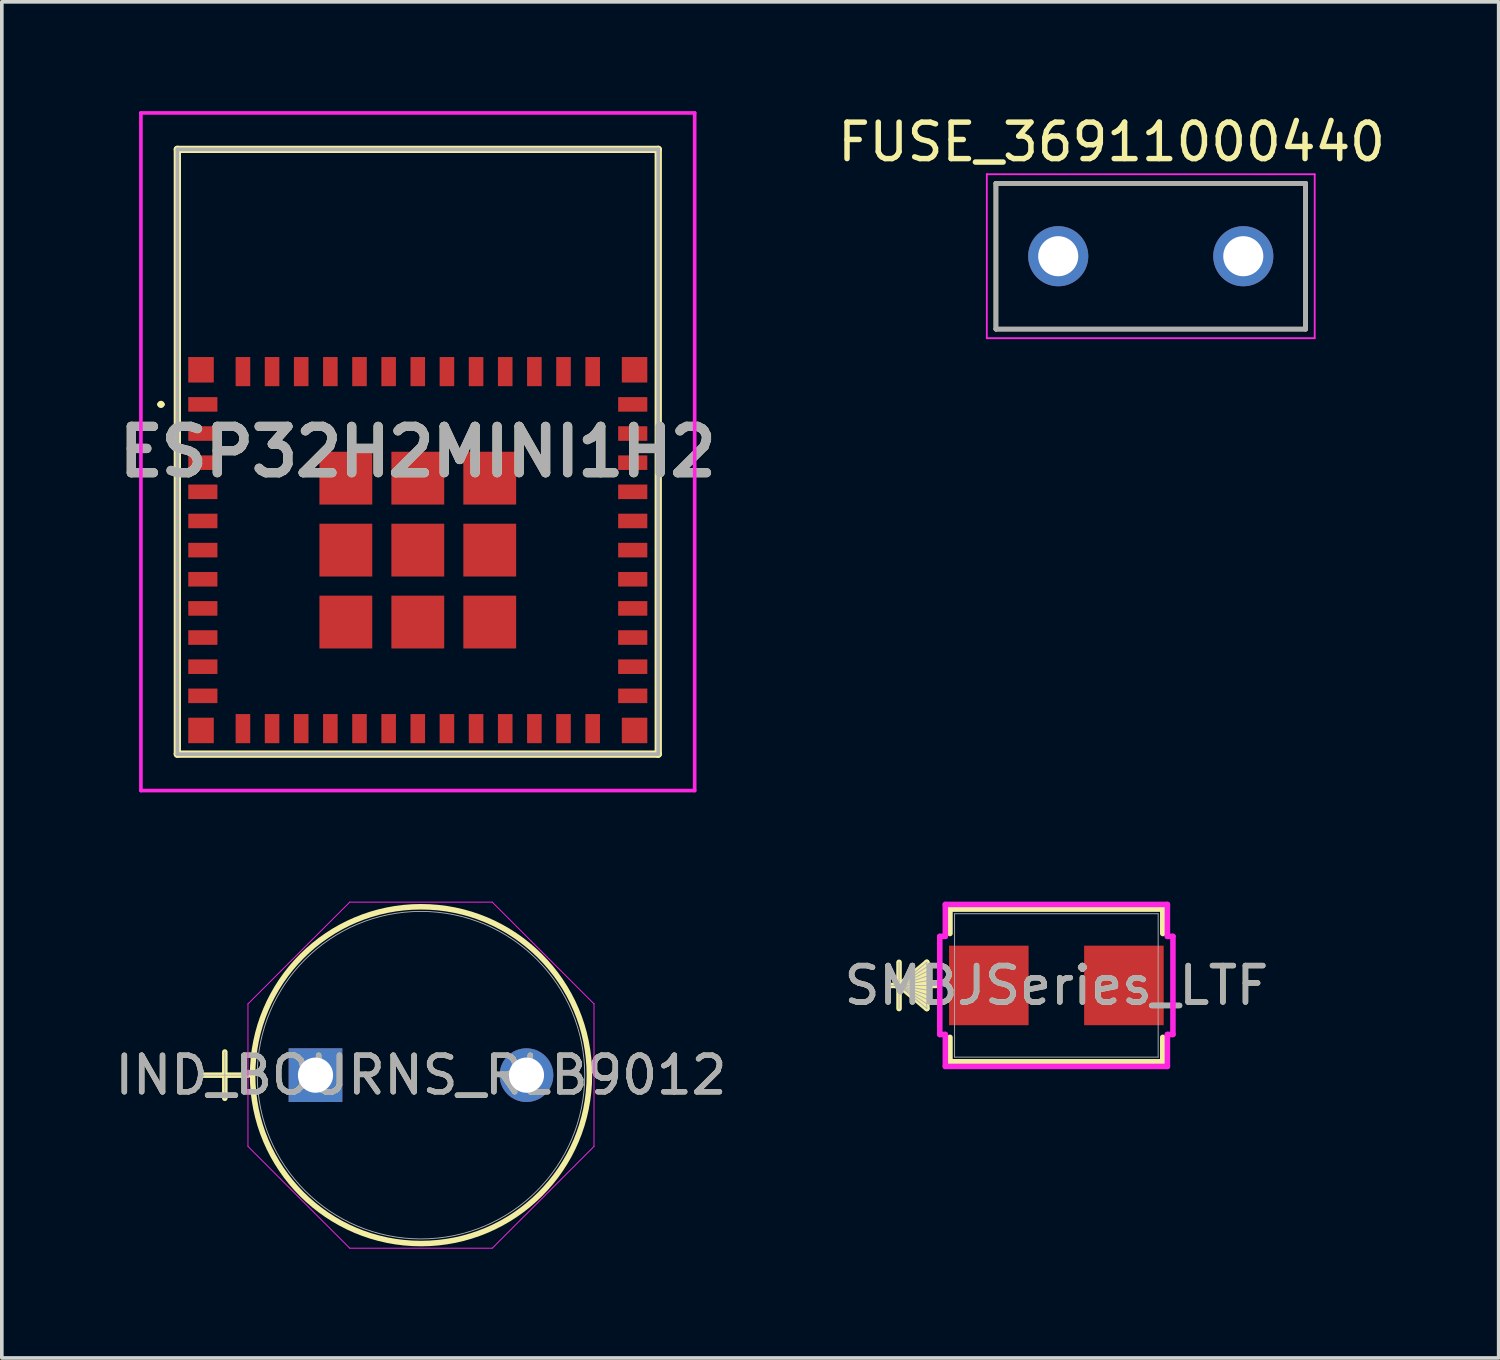
<source format=kicad_pcb>
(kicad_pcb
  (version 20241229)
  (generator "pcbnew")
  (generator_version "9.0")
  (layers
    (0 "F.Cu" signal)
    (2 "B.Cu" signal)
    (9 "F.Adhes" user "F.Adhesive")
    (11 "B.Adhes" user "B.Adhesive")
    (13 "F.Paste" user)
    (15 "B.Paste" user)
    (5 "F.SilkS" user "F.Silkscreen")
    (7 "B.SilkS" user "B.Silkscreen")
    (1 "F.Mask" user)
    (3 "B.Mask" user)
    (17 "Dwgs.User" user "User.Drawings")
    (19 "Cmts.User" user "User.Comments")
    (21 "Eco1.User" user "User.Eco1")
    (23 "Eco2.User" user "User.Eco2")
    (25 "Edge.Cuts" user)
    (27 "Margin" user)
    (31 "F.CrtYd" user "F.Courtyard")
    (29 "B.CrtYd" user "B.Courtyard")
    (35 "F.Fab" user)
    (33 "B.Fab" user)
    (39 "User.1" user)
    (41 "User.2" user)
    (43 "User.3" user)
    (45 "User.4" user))
  (footprint "ESP32H2MINI1H2"
    (layer "F.Cu")
    (at 8.418 12.05)
    (property "Reference" "ESP32H2MINI1H2" (at 0 -2.7 0) (layer "F.SilkS") (effects (font (size 1.27 1.27) (thickness 0.254))))
    (attr smd)
    (fp_line (start -7.1 -4) (end -7.1 -4) (stroke (width 0.1) (type solid)) (layer "F.SilkS"))
    (fp_line (start -7 -4) (end -7 -4) (stroke (width 0.1) (type solid)) (layer "F.SilkS"))
    (fp_line (start -6.6 -11) (end 6.6 -11) (stroke (width 0.2) (type solid)) (layer "F.SilkS"))
    (fp_line (start -6.6 5.6) (end -6.6 -11) (stroke (width 0.2) (type solid)) (layer "F.SilkS"))
    (fp_line (start 6.6 -11) (end 6.6 5.6) (stroke (width 0.2) (type solid)) (layer "F.SilkS"))
    (fp_line (start 6.6 5.6) (end -6.6 5.6) (stroke (width 0.2) (type solid)) (layer "F.SilkS"))
    (fp_arc (start -7.1 -4) (mid -7.05 -4.05) (end -7 -4) (stroke (width 0.1) (type solid)) (layer "F.SilkS"))
    (fp_arc (start -7 -4) (mid -7.05 -3.95) (end -7.1 -4) (stroke (width 0.1) (type solid)) (layer "F.SilkS"))
    (fp_line (start -7.6 -12) (end 7.6 -12) (stroke (width 0.1) (type solid)) (layer "F.CrtYd"))
    (fp_line (start -7.6 6.6) (end -7.6 -12) (stroke (width 0.1) (type solid)) (layer "F.CrtYd"))
    (fp_line (start 7.6 -12) (end 7.6 6.6) (stroke (width 0.1) (type solid)) (layer "F.CrtYd"))
    (fp_line (start 7.6 6.6) (end -7.6 6.6) (stroke (width 0.1) (type solid)) (layer "F.CrtYd"))
    (fp_line (start -6.6 -11) (end 6.6 -11) (stroke (width 0.1) (type solid)) (layer "F.Fab"))
    (fp_line (start -6.6 5.6) (end -6.6 -11) (stroke (width 0.1) (type solid)) (layer "F.Fab"))
    (fp_line (start 6.6 -11) (end 6.6 5.6) (stroke (width 0.1) (type solid)) (layer "F.Fab"))
    (fp_line (start 6.6 5.6) (end -6.6 5.6) (stroke (width 0.1) (type solid)) (layer "F.Fab"))
    (fp_text user "${REFERENCE}" (at 0 -2.7 0) (layer "F.Fab") (effects (font (size 1.27 1.27) (thickness 0.254))))
    (pad "1" smd rect (at -5.9 -4 90) (size 0.4 0.8) (layers "F.Cu" "F.Mask" "F.Paste"))
    (pad "2" smd rect (at -5.9 -3.2 90) (size 0.4 0.8) (layers "F.Cu" "F.Mask" "F.Paste"))
    (pad "3" smd rect (at -5.9 -2.4 90) (size 0.4 0.8) (layers "F.Cu" "F.Mask" "F.Paste"))
    (pad "4" smd rect (at -5.9 -1.6 90) (size 0.4 0.8) (layers "F.Cu" "F.Mask" "F.Paste"))
    (pad "5" smd rect (at -5.9 -0.8 90) (size 0.4 0.8) (layers "F.Cu" "F.Mask" "F.Paste"))
    (pad "6" smd rect (at -5.9 0 90) (size 0.4 0.8) (layers "F.Cu" "F.Mask" "F.Paste"))
    (pad "7" smd rect (at -5.9 0.8 90) (size 0.4 0.8) (layers "F.Cu" "F.Mask" "F.Paste"))
    (pad "8" smd rect (at -5.9 1.6 90) (size 0.4 0.8) (layers "F.Cu" "F.Mask" "F.Paste"))
    (pad "9" smd rect (at -5.9 2.4 90) (size 0.4 0.8) (layers "F.Cu" "F.Mask" "F.Paste"))
    (pad "10" smd rect (at -5.9 3.2 90) (size 0.4 0.8) (layers "F.Cu" "F.Mask" "F.Paste"))
    (pad "11" smd rect (at -5.9 4 90) (size 0.4 0.8) (layers "F.Cu" "F.Mask" "F.Paste"))
    (pad "12" smd rect (at -4.8 4.9) (size 0.4 0.8) (layers "F.Cu" "F.Mask" "F.Paste"))
    (pad "13" smd rect (at -4 4.9) (size 0.4 0.8) (layers "F.Cu" "F.Mask" "F.Paste"))
    (pad "14" smd rect (at -3.2 4.9) (size 0.4 0.8) (layers "F.Cu" "F.Mask" "F.Paste"))
    (pad "15" smd rect (at -2.4 4.9) (size 0.4 0.8) (layers "F.Cu" "F.Mask" "F.Paste"))
    (pad "16" smd rect (at -1.6 4.9) (size 0.4 0.8) (layers "F.Cu" "F.Mask" "F.Paste"))
    (pad "17" smd rect (at -0.8 4.9) (size 0.4 0.8) (layers "F.Cu" "F.Mask" "F.Paste"))
    (pad "18" smd rect (at 0 4.9) (size 0.4 0.8) (layers "F.Cu" "F.Mask" "F.Paste"))
    (pad "19" smd rect (at 0.8 4.9) (size 0.4 0.8) (layers "F.Cu" "F.Mask" "F.Paste"))
    (pad "20" smd rect (at 1.6 4.9) (size 0.4 0.8) (layers "F.Cu" "F.Mask" "F.Paste"))
    (pad "21" smd rect (at 2.4 4.9) (size 0.4 0.8) (layers "F.Cu" "F.Mask" "F.Paste"))
    (pad "22" smd rect (at 3.2 4.9) (size 0.4 0.8) (layers "F.Cu" "F.Mask" "F.Paste"))
    (pad "23" smd rect (at 4 4.9) (size 0.4 0.8) (layers "F.Cu" "F.Mask" "F.Paste"))
    (pad "24" smd rect (at 4.8 4.9) (size 0.4 0.8) (layers "F.Cu" "F.Mask" "F.Paste"))
    (pad "25" smd rect (at 5.9 4 90) (size 0.4 0.8) (layers "F.Cu" "F.Mask" "F.Paste"))
    (pad "26" smd rect (at 5.9 3.2 90) (size 0.4 0.8) (layers "F.Cu" "F.Mask" "F.Paste"))
    (pad "27" smd rect (at 5.9 2.4 90) (size 0.4 0.8) (layers "F.Cu" "F.Mask" "F.Paste"))
    (pad "28" smd rect (at 5.9 1.6 90) (size 0.4 0.8) (layers "F.Cu" "F.Mask" "F.Paste"))
    (pad "29" smd rect (at 5.9 0.8 90) (size 0.4 0.8) (layers "F.Cu" "F.Mask" "F.Paste"))
    (pad "30" smd rect (at 5.9 0 90) (size 0.4 0.8) (layers "F.Cu" "F.Mask" "F.Paste"))
    (pad "31" smd rect (at 5.9 -0.8 90) (size 0.4 0.8) (layers "F.Cu" "F.Mask" "F.Paste"))
    (pad "32" smd rect (at 5.9 -1.6 90) (size 0.4 0.8) (layers "F.Cu" "F.Mask" "F.Paste"))
    (pad "33" smd rect (at 5.9 -2.4 90) (size 0.4 0.8) (layers "F.Cu" "F.Mask" "F.Paste"))
    (pad "34" smd rect (at 5.9 -3.2 90) (size 0.4 0.8) (layers "F.Cu" "F.Mask" "F.Paste"))
    (pad "35" smd rect (at 5.9 -4 90) (size 0.4 0.8) (layers "F.Cu" "F.Mask" "F.Paste"))
    (pad "36" smd rect (at 4.8 -4.9) (size 0.4 0.8) (layers "F.Cu" "F.Mask" "F.Paste"))
    (pad "37" smd rect (at 4 -4.9) (size 0.4 0.8) (layers "F.Cu" "F.Mask" "F.Paste"))
    (pad "38" smd rect (at 3.2 -4.9) (size 0.4 0.8) (layers "F.Cu" "F.Mask" "F.Paste"))
    (pad "39" smd rect (at 2.4 -4.9) (size 0.4 0.8) (layers "F.Cu" "F.Mask" "F.Paste"))
    (pad "40" smd rect (at 1.6 -4.9) (size 0.4 0.8) (layers "F.Cu" "F.Mask" "F.Paste"))
    (pad "41" smd rect (at 0.8 -4.9) (size 0.4 0.8) (layers "F.Cu" "F.Mask" "F.Paste"))
    (pad "42" smd rect (at 0 -4.9) (size 0.4 0.8) (layers "F.Cu" "F.Mask" "F.Paste"))
    (pad "43" smd rect (at -0.8 -4.9) (size 0.4 0.8) (layers "F.Cu" "F.Mask" "F.Paste"))
    (pad "44" smd rect (at -1.6 -4.9) (size 0.4 0.8) (layers "F.Cu" "F.Mask" "F.Paste"))
    (pad "45" smd rect (at -2.4 -4.9) (size 0.4 0.8) (layers "F.Cu" "F.Mask" "F.Paste"))
    (pad "46" smd rect (at -3.2 -4.9) (size 0.4 0.8) (layers "F.Cu" "F.Mask" "F.Paste"))
    (pad "47" smd rect (at -4 -4.9) (size 0.4 0.8) (layers "F.Cu" "F.Mask" "F.Paste"))
    (pad "48" smd rect (at -4.8 -4.9) (size 0.4 0.8) (layers "F.Cu" "F.Mask" "F.Paste"))
    (pad "49" smd rect (at 0 0) (size 1.45 1.45) (layers "F.Cu" "F.Mask" "F.Paste"))
    (pad "50" smd rect (at 5.95 -4.95) (size 0.7 0.7) (layers "F.Cu" "F.Mask" "F.Paste"))
    (pad "51" smd rect (at 5.95 4.95) (size 0.7 0.7) (layers "F.Cu" "F.Mask" "F.Paste"))
    (pad "52" smd rect (at -5.95 4.95) (size 0.7 0.7) (layers "F.Cu" "F.Mask" "F.Paste"))
    (pad "53" smd rect (at -5.95 -4.95) (size 0.7 0.7) (layers "F.Cu" "F.Mask" "F.Paste"))
    (pad "54" smd rect (at -1.975 -1.975) (size 1.45 1.45) (layers "F.Cu" "F.Mask" "F.Paste"))
    (pad "55" smd rect (at -1.975 0) (size 1.45 1.45) (layers "F.Cu" "F.Mask" "F.Paste"))
    (pad "56" smd rect (at -1.975 1.975) (size 1.45 1.45) (layers "F.Cu" "F.Mask" "F.Paste"))
    (pad "57" smd rect (at 0 1.975) (size 1.45 1.45) (layers "F.Cu" "F.Mask" "F.Paste"))
    (pad "58" smd rect (at 1.975 1.975) (size 1.45 1.45) (layers "F.Cu" "F.Mask" "F.Paste"))
    (pad "59" smd rect (at 1.975 0) (size 1.45 1.45) (layers "F.Cu" "F.Mask" "F.Paste"))
    (pad "60" smd rect (at 1.975 -1.975) (size 1.45 1.45) (layers "F.Cu" "F.Mask" "F.Paste"))
    (pad "61" smd rect (at 0 -1.975) (size 1.45 1.45) (layers "F.Cu" "F.Mask" "F.Paste")))
  (footprint "SMBJSeries_LTF"
    (layer "F.Cu")
    (at 25.946 23.999)
    (property "Reference" "SMBJSeries_LTF" (at 0 0 0) (unlocked yes) (layer "F.SilkS") (effects (font (size 1 1) (thickness 0.15))))
    (attr smd)
    (fp_line (start -4.318 -0.635) (end -4.318 0.635) (stroke (width 0.152) (type solid)) (layer "F.SilkS"))
    (fp_line (start -4.318 0) (end -3.556 -0.635) (stroke (width 0.152) (type solid)) (layer "F.SilkS"))
    (fp_line (start -4.318 0) (end -3.556 -0.508) (stroke (width 0.152) (type solid)) (layer "F.SilkS"))
    (fp_line (start -4.318 0) (end -3.556 -0.381) (stroke (width 0.152) (type solid)) (layer "F.SilkS"))
    (fp_line (start -4.318 0) (end -3.556 -0.254) (stroke (width 0.152) (type solid)) (layer "F.SilkS"))
    (fp_line (start -4.318 0) (end -3.556 -0.127) (stroke (width 0.152) (type solid)) (layer "F.SilkS"))
    (fp_line (start -4.318 0) (end -3.556 0.127) (stroke (width 0.152) (type solid)) (layer "F.SilkS"))
    (fp_line (start -4.318 0) (end -3.556 0.254) (stroke (width 0.152) (type solid)) (layer "F.SilkS"))
    (fp_line (start -4.318 0) (end -3.556 0.381) (stroke (width 0.152) (type solid)) (layer "F.SilkS"))
    (fp_line (start -4.318 0) (end -3.556 0.508) (stroke (width 0.152) (type solid)) (layer "F.SilkS"))
    (fp_line (start -4.318 0) (end -3.556 0.635) (stroke (width 0.152) (type solid)) (layer "F.SilkS"))
    (fp_line (start -3.556 -0.635) (end -3.556 0.635) (stroke (width 0.152) (type solid)) (layer "F.SilkS"))
    (fp_line (start -3.302 0) (end -4.572 0) (stroke (width 0.152) (type solid)) (layer "F.SilkS"))
    (fp_line (start -2.921 -2.095) (end -2.921 -1.425) (stroke (width 0.152) (type solid)) (layer "F.SilkS"))
    (fp_line (start -2.921 1.425) (end -2.921 2.095) (stroke (width 0.152) (type solid)) (layer "F.SilkS"))
    (fp_line (start -2.921 2.095) (end 2.921 2.095) (stroke (width 0.152) (type solid)) (layer "F.SilkS"))
    (fp_line (start 2.921 -2.095) (end -2.921 -2.095) (stroke (width 0.152) (type solid)) (layer "F.SilkS"))
    (fp_line (start 2.921 -1.425) (end 2.921 -2.095) (stroke (width 0.152) (type solid)) (layer "F.SilkS"))
    (fp_line (start 2.921 2.095) (end 2.921 1.425) (stroke (width 0.152) (type solid)) (layer "F.SilkS"))
    (fp_line (start -3.2 -1.346) (end -3.048 -1.346) (stroke (width 0.152) (type solid)) (layer "F.CrtYd"))
    (fp_line (start -3.2 1.346) (end -3.2 -1.346) (stroke (width 0.152) (type solid)) (layer "F.CrtYd"))
    (fp_line (start -3.048 -2.223) (end 3.048 -2.223) (stroke (width 0.152) (type solid)) (layer "F.CrtYd"))
    (fp_line (start -3.048 -1.346) (end -3.048 -2.223) (stroke (width 0.152) (type solid)) (layer "F.CrtYd"))
    (fp_line (start -3.048 1.346) (end -3.2 1.346) (stroke (width 0.152) (type solid)) (layer "F.CrtYd"))
    (fp_line (start -3.048 2.223) (end -3.048 1.346) (stroke (width 0.152) (type solid)) (layer "F.CrtYd"))
    (fp_line (start 3.048 -2.223) (end 3.048 -1.346) (stroke (width 0.152) (type solid)) (layer "F.CrtYd"))
    (fp_line (start 3.048 -1.346) (end 3.2 -1.346) (stroke (width 0.152) (type solid)) (layer "F.CrtYd"))
    (fp_line (start 3.048 1.346) (end 3.048 2.223) (stroke (width 0.152) (type solid)) (layer "F.CrtYd"))
    (fp_line (start 3.048 2.223) (end -3.048 2.223) (stroke (width 0.152) (type solid)) (layer "F.CrtYd"))
    (fp_line (start 3.2 -1.346) (end 3.2 1.346) (stroke (width 0.152) (type solid)) (layer "F.CrtYd"))
    (fp_line (start 3.2 1.346) (end 3.048 1.346) (stroke (width 0.152) (type solid)) (layer "F.CrtYd"))
    (fp_line (start -4.318 -0.635) (end -4.318 0.635) (stroke (width 0.025) (type solid)) (layer "F.Fab"))
    (fp_line (start -4.318 0) (end -3.556 -0.635) (stroke (width 0.025) (type solid)) (layer "F.Fab"))
    (fp_line (start -4.318 0) (end -3.556 -0.508) (stroke (width 0.025) (type solid)) (layer "F.Fab"))
    (fp_line (start -4.318 0) (end -3.556 -0.381) (stroke (width 0.025) (type solid)) (layer "F.Fab"))
    (fp_line (start -4.318 0) (end -3.556 -0.254) (stroke (width 0.025) (type solid)) (layer "F.Fab"))
    (fp_line (start -4.318 0) (end -3.556 -0.127) (stroke (width 0.025) (type solid)) (layer "F.Fab"))
    (fp_line (start -4.318 0) (end -3.556 0.127) (stroke (width 0.025) (type solid)) (layer "F.Fab"))
    (fp_line (start -4.318 0) (end -3.556 0.254) (stroke (width 0.025) (type solid)) (layer "F.Fab"))
    (fp_line (start -4.318 0) (end -3.556 0.381) (stroke (width 0.025) (type solid)) (layer "F.Fab"))
    (fp_line (start -4.318 0) (end -3.556 0.508) (stroke (width 0.025) (type solid)) (layer "F.Fab"))
    (fp_line (start -4.318 0) (end -3.556 0.635) (stroke (width 0.025) (type solid)) (layer "F.Fab"))
    (fp_line (start -3.556 -0.635) (end -3.556 0.635) (stroke (width 0.025) (type solid)) (layer "F.Fab"))
    (fp_line (start -3.302 0) (end -4.572 0) (stroke (width 0.025) (type solid)) (layer "F.Fab"))
    (fp_line (start -2.794 -1.968) (end -2.794 1.968) (stroke (width 0.025) (type solid)) (layer "F.Fab"))
    (fp_line (start -2.794 1.968) (end 2.794 1.968) (stroke (width 0.025) (type solid)) (layer "F.Fab"))
    (fp_line (start 2.794 -1.968) (end -2.794 -1.968) (stroke (width 0.025) (type solid)) (layer "F.Fab"))
    (fp_line (start 2.794 1.968) (end 2.794 -1.968) (stroke (width 0.025) (type solid)) (layer "F.Fab"))
    (fp_text user "${REFERENCE}" (at 0 0 0) (unlocked yes) (layer "F.Fab") (effects (font (size 1 1) (thickness 0.15))))
    (pad "1" smd rect (at -1.854 0 90) (size 2.184 2.184) (layers "F.Cu" "F.Mask" "F.Paste"))
    (pad "2" smd rect (at 1.854 0 90) (size 2.184 2.184) (layers "F.Cu" "F.Mask" "F.Paste"))
    (zone (net_name "") (layer "F.Cu") (hatch full 0.508) (connect_pads) (min_thickness 0.254) (filled_areas_thickness no) (keepout (tracks not_allowed) (vias not_allowed) (pads allowed) (copperpour not_allowed) (footprints allowed)) (placement (enabled no)) (fill) (polygon (pts (xy 23.203 22.081) (xy 28.69 22.081) (xy 28.69 22.856) (xy 23.203 22.856))))
    (zone (net_name "") (layer "F.Cu") (hatch full 0.508) (connect_pads) (min_thickness 0.254) (filled_areas_thickness no) (keepout (tracks not_allowed) (vias not_allowed) (pads allowed) (copperpour not_allowed) (footprints allowed)) (placement (enabled no)) (fill) (polygon (pts (xy 23.203 25.142) (xy 28.69 25.142) (xy 28.69 25.916) (xy 23.203 25.916))))
    (zone (net_name "") (layer "F.Cu") (hatch full 0.508) (connect_pads) (min_thickness 0.254) (filled_areas_thickness no) (keepout (tracks not_allowed) (vias not_allowed) (pads allowed) (copperpour not_allowed) (footprints allowed)) (placement (enabled no)) (fill) (polygon (pts (xy 25.235 22.856) (xy 26.658 22.856) (xy 26.658 25.142) (xy 25.235 25.142)))))
  (footprint "FUSE_36911000440"
    (layer "F.Cu")
    (at 28.537 3.983)
    (property "Reference" "FUSE_36911000440" (at -1.075 -3.135 0) (layer "F.SilkS") (effects (font (size 1 1) (thickness 0.15))))
    (attr through_hole)
    (fp_line (start -4.25 -2) (end 4.25 -2) (stroke (width 0.127) (type solid)) (layer "F.SilkS"))
    (fp_line (start -4.25 2) (end -4.25 -2) (stroke (width 0.127) (type solid)) (layer "F.SilkS"))
    (fp_line (start 4.25 -2) (end 4.25 2) (stroke (width 0.127) (type solid)) (layer "F.SilkS"))
    (fp_line (start 4.25 2) (end -4.25 2) (stroke (width 0.127) (type solid)) (layer "F.SilkS"))
    (fp_line (start -4.5 -2.25) (end -4.5 2.25) (stroke (width 0.05) (type solid)) (layer "F.CrtYd"))
    (fp_line (start -4.5 2.25) (end 4.5 2.25) (stroke (width 0.05) (type solid)) (layer "F.CrtYd"))
    (fp_line (start 4.5 -2.25) (end -4.5 -2.25) (stroke (width 0.05) (type solid)) (layer "F.CrtYd"))
    (fp_line (start 4.5 2.25) (end 4.5 -2.25) (stroke (width 0.05) (type solid)) (layer "F.CrtYd"))
    (fp_line (start -4.25 -2) (end 4.25 -2) (stroke (width 0.127) (type solid)) (layer "F.Fab"))
    (fp_line (start -4.25 2) (end -4.25 -2) (stroke (width 0.127) (type solid)) (layer "F.Fab"))
    (fp_line (start 4.25 -2) (end 4.25 2) (stroke (width 0.127) (type solid)) (layer "F.Fab"))
    (fp_line (start 4.25 2) (end -4.25 2) (stroke (width 0.127) (type solid)) (layer "F.Fab"))
    (pad "1" thru_hole circle (at -2.54 0) (size 1.65 1.65) (drill 1.1) (layers "*.Cu" "*.Mask"))
    (pad "2" thru_hole circle (at 2.54 0) (size 1.65 1.65) (drill 1.1) (layers "*.Cu" "*.Mask")))
  (footprint "IND_BOURNS_RLB9012"
    (layer "F.Cu")
    (at 5.61 26.462)
    (property "Reference" "IND_BOURNS_RLB9012" (at 2.896 0 0) (unlocked yes) (layer "F.SilkS") (effects (font (size 1 1) (thickness 0.15))))
    (attr through_hole)
    (fp_line (start -3.124 0) (end -1.854 0) (stroke (width 0.152) (type solid)) (layer "F.SilkS"))
    (fp_line (start -2.489 -0.635) (end -2.489 0.635) (stroke (width 0.152) (type solid)) (layer "F.SilkS"))
    (fp_circle (center 2.896 0) (end 7.518 0) (stroke (width 0.152) (type solid)) (fill no) (layer "F.SilkS"))
    (fp_line (start -1.854 -1.956) (end 0.94 -4.75) (stroke (width 0.025) (type solid)) (layer "F.CrtYd"))
    (fp_line (start -1.854 1.956) (end -1.854 -1.956) (stroke (width 0.025) (type solid)) (layer "F.CrtYd"))
    (fp_line (start 0.94 -4.75) (end 4.851 -4.75) (stroke (width 0.025) (type solid)) (layer "F.CrtYd"))
    (fp_line (start 0.94 4.75) (end -1.854 1.956) (stroke (width 0.025) (type solid)) (layer "F.CrtYd"))
    (fp_line (start 4.851 -4.75) (end 7.645 -1.956) (stroke (width 0.025) (type solid)) (layer "F.CrtYd"))
    (fp_line (start 4.851 4.75) (end 0.94 4.75) (stroke (width 0.025) (type solid)) (layer "F.CrtYd"))
    (fp_line (start 7.645 -1.956) (end 7.645 1.956) (stroke (width 0.025) (type solid)) (layer "F.CrtYd"))
    (fp_line (start 7.645 1.956) (end 4.851 4.75) (stroke (width 0.025) (type solid)) (layer "F.CrtYd"))
    (fp_line (start -3.124 0) (end -1.854 0) (stroke (width 0.025) (type solid)) (layer "F.Fab"))
    (fp_line (start -2.489 -0.635) (end -2.489 0.635) (stroke (width 0.025) (type solid)) (layer "F.Fab"))
    (fp_circle (center 2.896 0) (end 7.391 0) (stroke (width 0.025) (type solid)) (fill no) (layer "F.Fab"))
    (fp_text user "${REFERENCE}" (at 2.896 0 0) (unlocked yes) (layer "F.Fab") (effects (font (size 1 1) (thickness 0.15))))
    (pad "1" thru_hole rect (at 0 0) (size 1.473 1.473) (drill 0.965) (layers "*.Cu" "*.Mask"))
    (pad "2" thru_hole circle (at 5.791 0) (size 1.473 1.473) (drill 0.965) (layers "*.Cu" "*.Mask")))
  (gr_rect
    (start -3 -3)
    (end 38.087 34.225)
    (stroke (width 0.1) (type default))
    (fill no)
    (layer "Edge.Cuts")))
</source>
